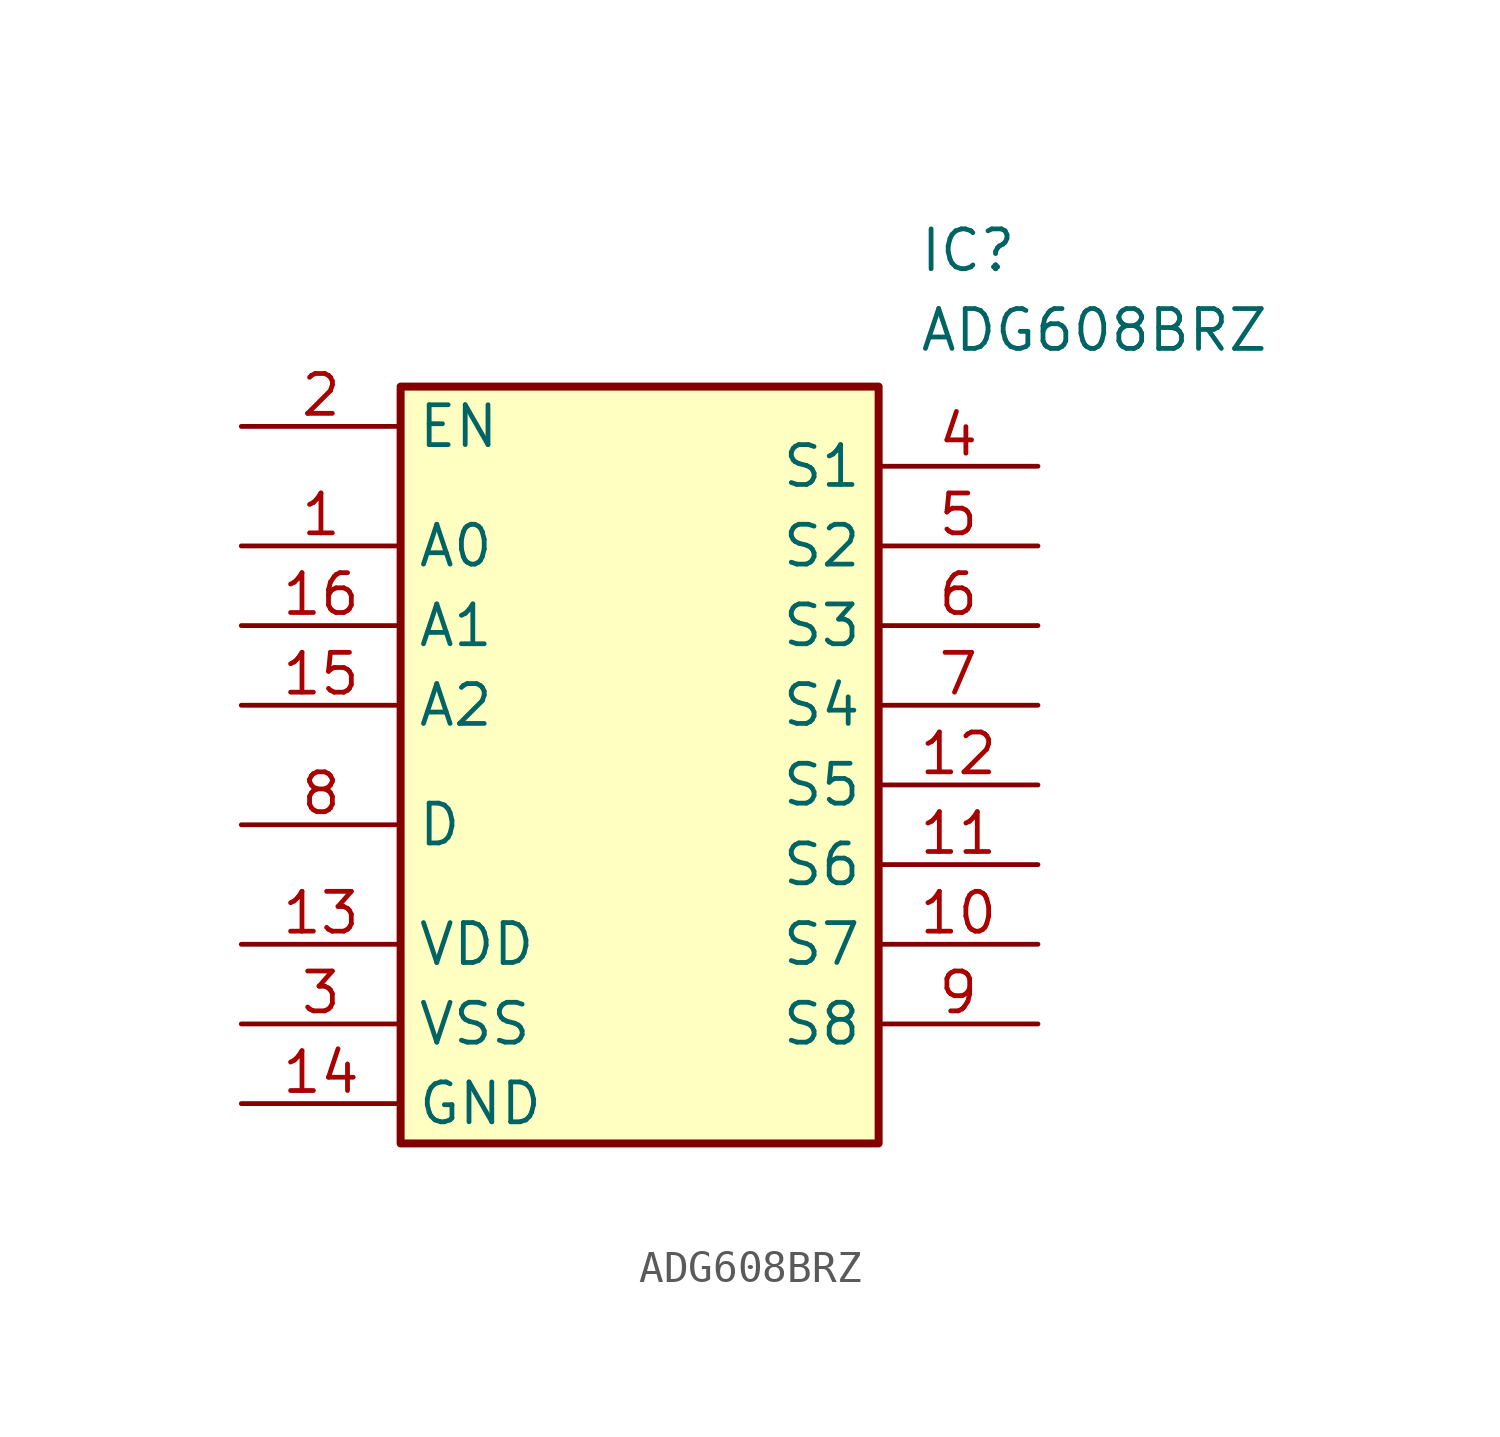
<source format=kicad_sym>
(kicad_symbol_lib
  (version 20241209)
  (generator "kicad_symbol_editor")
  (generator_version "9.0")
  (symbol "ADG608BRZ"
    (property "Reference" "IC"
      (at 21.59 7.62 0)
      (effects (font (size 1.27 1.27)) (justify left top)))
    (property "Value" "ADG608BRZ"
      (at 21.59 5.08 0)
      (effects (font (size 1.27 1.27)) (justify left top)))
    (symbol "ADG608BRZ_1_1"
      (rectangle (start 5.08 2.54) (end 20.32 -21.59) (stroke (width 0.254) (type default)) (fill (type background)))
      (pin passive line (at 0 1.27 0) (length 5.08) (name "EN" (effects (font (size 1.27 1.27)))) (number "2" (effects (font (size 1.27 1.27)))))
      (pin passive line (at 0 -2.54 0) (length 5.08) (name "A0" (effects (font (size 1.27 1.27)))) (number "1" (effects (font (size 1.27 1.27)))))
      (pin passive line (at 0 -5.08 0) (length 5.08) (name "A1" (effects (font (size 1.27 1.27)))) (number "16" (effects (font (size 1.27 1.27)))))
      (pin passive line (at 0 -7.62 0) (length 5.08) (name "A2" (effects (font (size 1.27 1.27)))) (number "15" (effects (font (size 1.27 1.27)))))
      (pin passive line (at 0 -11.43 0) (length 5.08) (name "D" (effects (font (size 1.27 1.27)))) (number "8" (effects (font (size 1.27 1.27)))))
      (pin passive line (at 0 -15.24 0) (length 5.08) (name "VDD" (effects (font (size 1.27 1.27)))) (number "13" (effects (font (size 1.27 1.27)))))
      (pin passive line (at 0 -17.78 0) (length 5.08) (name "VSS" (effects (font (size 1.27 1.27)))) (number "3" (effects (font (size 1.27 1.27)))))
      (pin passive line (at 0 -20.32 0) (length 5.08) (name "GND" (effects (font (size 1.27 1.27)))) (number "14" (effects (font (size 1.27 1.27)))))
      (pin passive line (at 25.4 0 180) (length 5.08) (name "S1" (effects (font (size 1.27 1.27)))) (number "4" (effects (font (size 1.27 1.27)))))
      (pin passive line (at 25.4 -2.54 180) (length 5.08) (name "S2" (effects (font (size 1.27 1.27)))) (number "5" (effects (font (size 1.27 1.27)))))
      (pin passive line (at 25.4 -5.08 180) (length 5.08) (name "S3" (effects (font (size 1.27 1.27)))) (number "6" (effects (font (size 1.27 1.27)))))
      (pin passive line (at 25.4 -7.62 180) (length 5.08) (name "S4" (effects (font (size 1.27 1.27)))) (number "7" (effects (font (size 1.27 1.27)))))
      (pin passive line (at 25.4 -10.16 180) (length 5.08) (name "S5" (effects (font (size 1.27 1.27)))) (number "12" (effects (font (size 1.27 1.27)))))
      (pin passive line (at 25.4 -12.7 180) (length 5.08) (name "S6" (effects (font (size 1.27 1.27)))) (number "11" (effects (font (size 1.27 1.27)))))
      (pin passive line (at 25.4 -15.24 180) (length 5.08) (name "S7" (effects (font (size 1.27 1.27)))) (number "10" (effects (font (size 1.27 1.27)))))
      (pin passive line (at 25.4 -17.78 180) (length 5.08) (name "S8" (effects (font (size 1.27 1.27)))) (number "9" (effects (font (size 1.27 1.27))))))))
</source>
